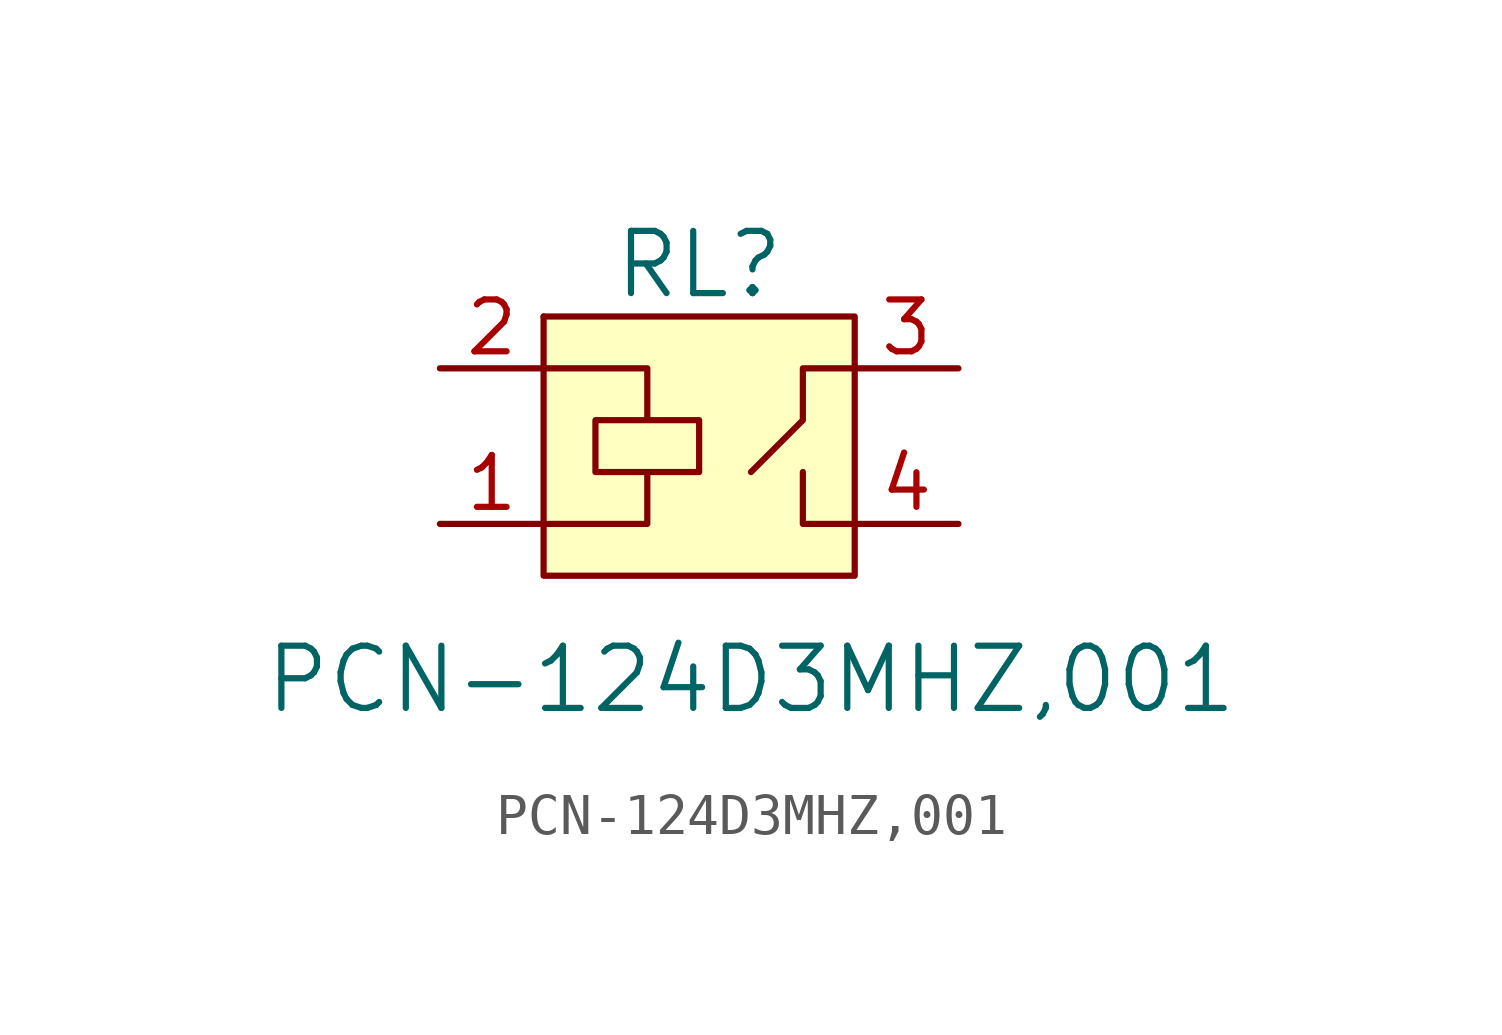
<source format=kicad_sym>
(kicad_symbol_lib
  (version 20231120)
  (generator "kicad_symbol_editor")
  (generator_version "8.0")
  (symbol "PCN-124D3MHZ,001"
    (pin_names
      (offset 1.016))
    (property "Reference" "RL"
      (at 0 7.62 0)
      (effects (font (size 1.524 1.524))))
    (property "Value" "PCN-124D3MHZ,001"
      (at 1.27 -2.54 0)
      (effects (font (size 1.524 1.524))))
    (symbol "PCN-124D3MHZ,001_0_1"
      (rectangle (start -3.81 6.35) (end -3.81 6.35) (stroke (width 0) (type default)) (fill (type none)))
      (rectangle (start -3.81 6.35) (end 3.81 0) (stroke (width 0) (type default)) (fill (type background)))
      (polyline (pts (xy -1.27 2.54) (xy -1.27 1.27) (xy -3.81 1.27)) (stroke (width 0) (type default)) (fill (type none)))
      (polyline (pts (xy 2.54 2.54) (xy 2.54 1.27) (xy 3.81 1.27)) (stroke (width 0) (type default)) (fill (type none)))
      (polyline (pts (xy 3.81 5.08) (xy 2.54 5.08) (xy 2.54 3.81) (xy 1.27 2.54)) (stroke (width 0) (type default)) (fill (type none)))
      (polyline (pts (xy -3.81 5.08) (xy -1.27 5.08) (xy -1.27 3.81) (xy -2.54 3.81) (xy -2.54 2.54) (xy 0 2.54) (xy 0 3.81) (xy -1.27 3.81)) (stroke (width 0) (type default)) (fill (type none))))
    (symbol "PCN-124D3MHZ,001_1_1"
      (pin passive line (at -6.35 1.27 0) (length 2.54) (name "~" (effects (font (size 1.27 1.27)))) (number "1" (effects (font (size 1.27 1.27)))))
      (pin passive line (at -6.35 5.08 0) (length 2.54) (name "~" (effects (font (size 1.27 1.27)))) (number "2" (effects (font (size 1.27 1.27)))))
      (pin passive line (at 6.35 5.08 180) (length 2.54) (name "~" (effects (font (size 1.27 1.27)))) (number "3" (effects (font (size 1.27 1.27)))))
      (pin passive line (at 6.35 1.27 180) (length 2.54) (name "~" (effects (font (size 1.27 1.27)))) (number "4" (effects (font (size 1.27 1.27))))))))
</source>
